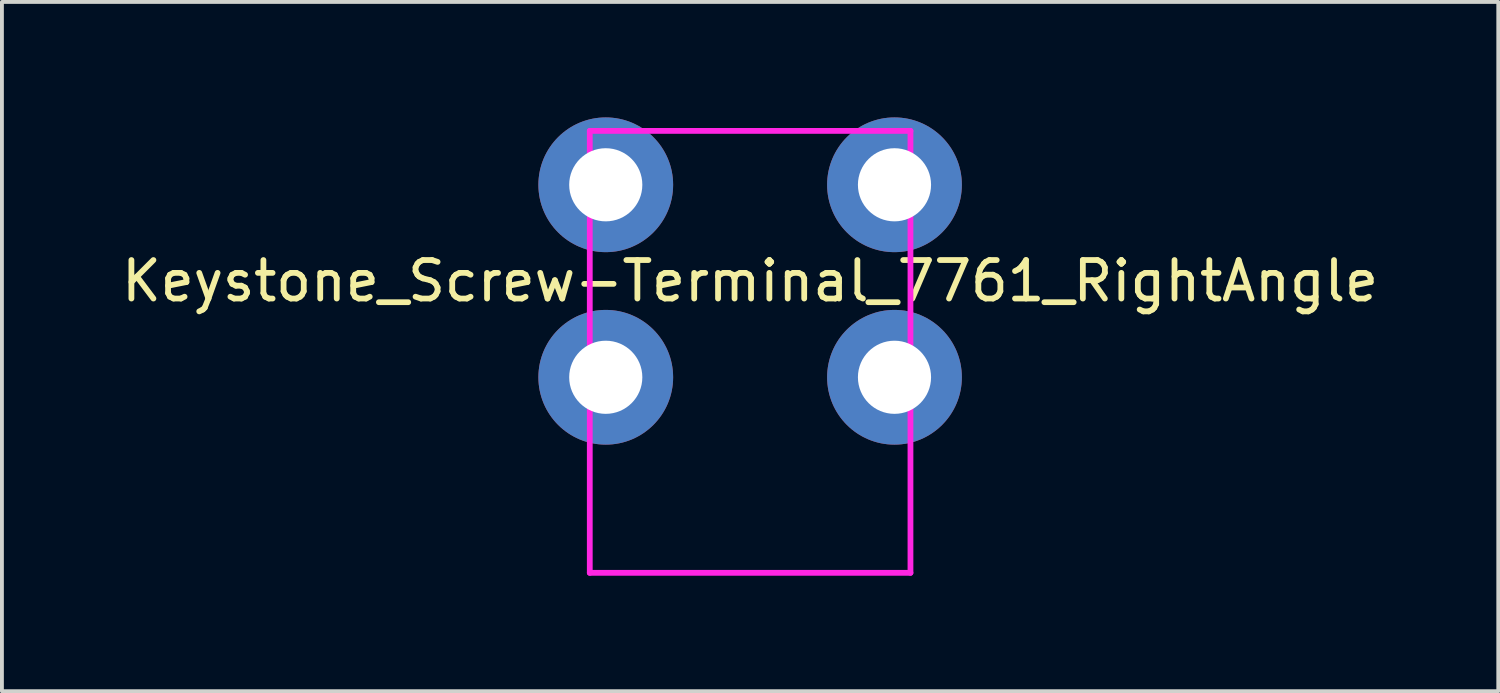
<source format=kicad_pcb>
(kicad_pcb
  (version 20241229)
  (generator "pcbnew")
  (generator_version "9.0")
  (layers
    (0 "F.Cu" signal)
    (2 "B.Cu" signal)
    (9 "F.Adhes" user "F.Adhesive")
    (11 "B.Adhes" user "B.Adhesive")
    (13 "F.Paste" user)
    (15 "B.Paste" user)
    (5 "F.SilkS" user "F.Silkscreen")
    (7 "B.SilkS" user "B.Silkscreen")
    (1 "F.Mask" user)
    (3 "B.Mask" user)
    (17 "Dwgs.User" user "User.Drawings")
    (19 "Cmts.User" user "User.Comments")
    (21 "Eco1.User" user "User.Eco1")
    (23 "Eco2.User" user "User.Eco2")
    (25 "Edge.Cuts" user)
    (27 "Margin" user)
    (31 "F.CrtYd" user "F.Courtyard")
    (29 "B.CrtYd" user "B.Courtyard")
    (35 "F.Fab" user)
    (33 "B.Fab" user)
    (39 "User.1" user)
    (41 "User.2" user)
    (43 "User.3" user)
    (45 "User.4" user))
  (footprint "Keystone_Screw-Terminal_7761_RightAngle"
    (layer "F.Cu")
    (at 16.435 4.25)
    (property "Reference" "Keystone_Screw-Terminal_7761_RightAngle" (at 0 0 0) (layer "F.SilkS") (effects (font (size 1 1) (thickness 0.15))))
    (attr through_hole)
    (fp_line (start -4.165 -3.9) (end 4.165 -3.9) (stroke (width 0.15) (type solid)) (layer "F.CrtYd"))
    (fp_line (start -4.165 7.58) (end -4.165 -3.9) (stroke (width 0.15) (type solid)) (layer "F.CrtYd"))
    (fp_line (start 4.165 -3.9) (end 4.165 7.58) (stroke (width 0.15) (type solid)) (layer "F.CrtYd"))
    (fp_line (start 4.165 7.58) (end -4.165 7.58) (stroke (width 0.15) (type solid)) (layer "F.CrtYd"))
    (pad "1" thru_hole circle (at -3.75 -2.5) (size 3.5 3.5) (drill 1.9) (layers "*.Cu" "*.Mask"))
    (pad "1" thru_hole circle (at -3.75 2.5) (size 3.5 3.5) (drill 1.9) (layers "*.Cu" "*.Mask"))
    (pad "1" thru_hole circle (at 3.75 -2.5) (size 3.5 3.5) (drill 1.9) (layers "*.Cu" "*.Mask"))
    (pad "1" thru_hole circle (at 3.75 2.5) (size 3.5 3.5) (drill 1.9) (layers "*.Cu" "*.Mask")))
  (gr_rect
    (start -3 -3)
    (end 35.869 14.905)
    (stroke (width 0.1) (type default))
    (fill no)
    (layer "Edge.Cuts")))
</source>
